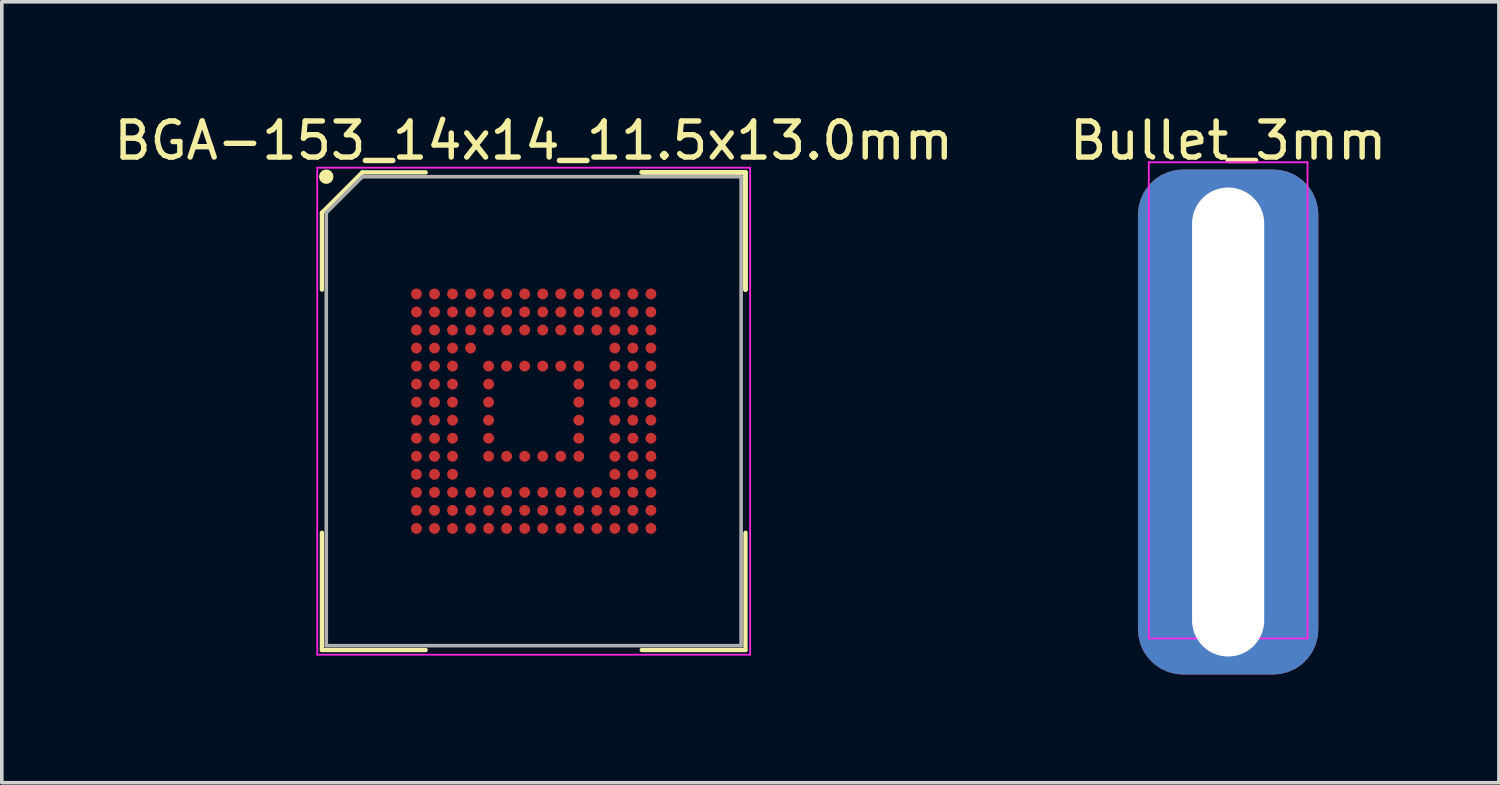
<source format=kicad_pcb>
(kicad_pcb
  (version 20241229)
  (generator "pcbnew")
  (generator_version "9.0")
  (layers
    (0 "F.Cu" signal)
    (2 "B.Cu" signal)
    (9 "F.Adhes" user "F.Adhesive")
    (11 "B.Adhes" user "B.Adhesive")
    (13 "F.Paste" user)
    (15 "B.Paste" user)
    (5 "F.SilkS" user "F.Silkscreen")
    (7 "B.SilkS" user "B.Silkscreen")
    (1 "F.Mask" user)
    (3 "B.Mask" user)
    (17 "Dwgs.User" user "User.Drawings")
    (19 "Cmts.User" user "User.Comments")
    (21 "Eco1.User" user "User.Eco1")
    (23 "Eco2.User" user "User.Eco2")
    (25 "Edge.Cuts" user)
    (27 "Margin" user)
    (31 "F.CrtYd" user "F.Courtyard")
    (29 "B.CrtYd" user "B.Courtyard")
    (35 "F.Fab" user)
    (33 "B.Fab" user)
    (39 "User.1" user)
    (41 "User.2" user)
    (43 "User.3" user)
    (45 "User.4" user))
  (footprint "BGA-153_14x14_11.5x13.0mm"
    (layer "F.Cu")
    (at 11.744 8.348)
    (property "Reference" "BGA-153_14x14_11.5x13.0mm" (at 0 -7.5 0) (layer "F.SilkS") (effects (font (size 1 1) (thickness 0.15))))
    (attr smd)
    (fp_line (start -5.87 -5.5) (end -5.87 -3.37) (stroke (width 0.12) (type solid)) (layer "F.SilkS"))
    (fp_line (start -5.87 6.62) (end -5.87 3.37) (stroke (width 0.12) (type solid)) (layer "F.SilkS"))
    (fp_line (start -4.75 -6.62) (end -5.87 -5.5) (stroke (width 0.12) (type solid)) (layer "F.SilkS"))
    (fp_line (start -2.995 -6.62) (end -4.75 -6.62) (stroke (width 0.12) (type solid)) (layer "F.SilkS"))
    (fp_line (start -2.995 6.62) (end -5.87 6.62) (stroke (width 0.12) (type solid)) (layer "F.SilkS"))
    (fp_line (start 2.995 -6.62) (end 5.87 -6.62) (stroke (width 0.12) (type solid)) (layer "F.SilkS"))
    (fp_line (start 2.995 -6.62) (end 5.87 -6.62) (stroke (width 0.12) (type solid)) (layer "F.SilkS"))
    (fp_line (start 2.995 -6.62) (end 5.87 -6.62) (stroke (width 0.12) (type solid)) (layer "F.SilkS"))
    (fp_line (start 2.995 6.62) (end 5.87 6.62) (stroke (width 0.12) (type solid)) (layer "F.SilkS"))
    (fp_line (start 5.87 -6.62) (end 5.87 -3.37) (stroke (width 0.12) (type solid)) (layer "F.SilkS"))
    (fp_line (start 5.87 -6.62) (end 5.87 -3.37) (stroke (width 0.12) (type solid)) (layer "F.SilkS"))
    (fp_line (start 5.87 -6.62) (end 5.87 -3.37) (stroke (width 0.12) (type solid)) (layer "F.SilkS"))
    (fp_line (start 5.87 6.62) (end 5.87 3.37) (stroke (width 0.12) (type solid)) (layer "F.SilkS"))
    (fp_circle (center -5.75 -6.5) (end -5.75 -6.4) (stroke (width 0.2) (type solid)) (fill no) (layer "F.SilkS"))
    (fp_line (start -6 -6.75) (end 6 -6.75) (stroke (width 0.05) (type solid)) (layer "F.CrtYd"))
    (fp_line (start -6 6.75) (end -6 -6.75) (stroke (width 0.05) (type solid)) (layer "F.CrtYd"))
    (fp_line (start 6 -6.75) (end 6 6.75) (stroke (width 0.05) (type solid)) (layer "F.CrtYd"))
    (fp_line (start 6 6.75) (end -6 6.75) (stroke (width 0.05) (type solid)) (layer "F.CrtYd"))
    (fp_line (start -5.75 -5.5) (end -5.75 6.5) (stroke (width 0.1) (type solid)) (layer "F.Fab"))
    (fp_line (start -5.75 6.5) (end 5.75 6.5) (stroke (width 0.1) (type solid)) (layer "F.Fab"))
    (fp_line (start -4.75 -6.5) (end -5.75 -5.5) (stroke (width 0.1) (type solid)) (layer "F.Fab"))
    (fp_line (start 5.75 -6.5) (end -4.75 -6.5) (stroke (width 0.1) (type solid)) (layer "F.Fab"))
    (fp_line (start 5.75 6.5) (end 5.75 -6.5) (stroke (width 0.1) (type solid)) (layer "F.Fab"))
    (pad "A1" smd circle (at -3.25 -3.25) (size 0.3 0.3) (layers "F.Cu" "F.Mask" "F.Paste"))
    (pad "A2" smd circle (at -2.75 -3.25) (size 0.3 0.3) (layers "F.Cu" "F.Mask" "F.Paste"))
    (pad "A3" smd circle (at -2.25 -3.25) (size 0.3 0.3) (layers "F.Cu" "F.Mask" "F.Paste"))
    (pad "A4" smd circle (at -1.75 -3.25) (size 0.3 0.3) (layers "F.Cu" "F.Mask" "F.Paste"))
    (pad "A5" smd circle (at -1.25 -3.25) (size 0.3 0.3) (layers "F.Cu" "F.Mask" "F.Paste"))
    (pad "A6" smd circle (at -0.75 -3.25) (size 0.3 0.3) (layers "F.Cu" "F.Mask" "F.Paste"))
    (pad "A7" smd circle (at -0.25 -3.25) (size 0.3 0.3) (layers "F.Cu" "F.Mask" "F.Paste"))
    (pad "A8" smd circle (at 0.25 -3.25) (size 0.3 0.3) (layers "F.Cu" "F.Mask" "F.Paste"))
    (pad "A9" smd circle (at 0.75 -3.25) (size 0.3 0.3) (layers "F.Cu" "F.Mask" "F.Paste"))
    (pad "A10" smd circle (at 1.25 -3.25) (size 0.3 0.3) (layers "F.Cu" "F.Mask" "F.Paste"))
    (pad "A11" smd circle (at 1.75 -3.25) (size 0.3 0.3) (layers "F.Cu" "F.Mask" "F.Paste"))
    (pad "A12" smd circle (at 2.25 -3.25) (size 0.3 0.3) (layers "F.Cu" "F.Mask" "F.Paste"))
    (pad "A13" smd circle (at 2.75 -3.25) (size 0.3 0.3) (layers "F.Cu" "F.Mask" "F.Paste"))
    (pad "A14" smd circle (at 3.25 -3.25) (size 0.3 0.3) (layers "F.Cu" "F.Mask" "F.Paste"))
    (pad "B1" smd circle (at -3.25 -2.75) (size 0.3 0.3) (layers "F.Cu" "F.Mask" "F.Paste"))
    (pad "B2" smd circle (at -2.75 -2.75) (size 0.3 0.3) (layers "F.Cu" "F.Mask" "F.Paste"))
    (pad "B3" smd circle (at -2.25 -2.75) (size 0.3 0.3) (layers "F.Cu" "F.Mask" "F.Paste"))
    (pad "B4" smd circle (at -1.75 -2.75) (size 0.3 0.3) (layers "F.Cu" "F.Mask" "F.Paste"))
    (pad "B5" smd circle (at -1.25 -2.75) (size 0.3 0.3) (layers "F.Cu" "F.Mask" "F.Paste"))
    (pad "B6" smd circle (at -0.75 -2.75) (size 0.3 0.3) (layers "F.Cu" "F.Mask" "F.Paste"))
    (pad "B7" smd circle (at -0.25 -2.75) (size 0.3 0.3) (layers "F.Cu" "F.Mask" "F.Paste"))
    (pad "B8" smd circle (at 0.25 -2.75) (size 0.3 0.3) (layers "F.Cu" "F.Mask" "F.Paste"))
    (pad "B9" smd circle (at 0.75 -2.75) (size 0.3 0.3) (layers "F.Cu" "F.Mask" "F.Paste"))
    (pad "B10" smd circle (at 1.25 -2.75) (size 0.3 0.3) (layers "F.Cu" "F.Mask" "F.Paste"))
    (pad "B11" smd circle (at 1.75 -2.75) (size 0.3 0.3) (layers "F.Cu" "F.Mask" "F.Paste"))
    (pad "B12" smd circle (at 2.25 -2.75) (size 0.3 0.3) (layers "F.Cu" "F.Mask" "F.Paste"))
    (pad "B13" smd circle (at 2.75 -2.75) (size 0.3 0.3) (layers "F.Cu" "F.Mask" "F.Paste"))
    (pad "B14" smd circle (at 3.25 -2.75) (size 0.3 0.3) (layers "F.Cu" "F.Mask" "F.Paste"))
    (pad "C1" smd circle (at -3.25 -2.25) (size 0.3 0.3) (layers "F.Cu" "F.Mask" "F.Paste"))
    (pad "C2" smd circle (at -2.75 -2.25) (size 0.3 0.3) (layers "F.Cu" "F.Mask" "F.Paste"))
    (pad "C3" smd circle (at -2.25 -2.25) (size 0.3 0.3) (layers "F.Cu" "F.Mask" "F.Paste"))
    (pad "C4" smd circle (at -1.75 -2.25) (size 0.3 0.3) (layers "F.Cu" "F.Mask" "F.Paste"))
    (pad "C5" smd circle (at -1.25 -2.25) (size 0.3 0.3) (layers "F.Cu" "F.Mask" "F.Paste"))
    (pad "C6" smd circle (at -0.75 -2.25) (size 0.3 0.3) (layers "F.Cu" "F.Mask" "F.Paste"))
    (pad "C7" smd circle (at -0.25 -2.25) (size 0.3 0.3) (layers "F.Cu" "F.Mask" "F.Paste"))
    (pad "C8" smd circle (at 0.25 -2.25) (size 0.3 0.3) (layers "F.Cu" "F.Mask" "F.Paste"))
    (pad "C9" smd circle (at 0.75 -2.25) (size 0.3 0.3) (layers "F.Cu" "F.Mask" "F.Paste"))
    (pad "C10" smd circle (at 1.25 -2.25) (size 0.3 0.3) (layers "F.Cu" "F.Mask" "F.Paste"))
    (pad "C11" smd circle (at 1.75 -2.25) (size 0.3 0.3) (layers "F.Cu" "F.Mask" "F.Paste"))
    (pad "C12" smd circle (at 2.25 -2.25) (size 0.3 0.3) (layers "F.Cu" "F.Mask" "F.Paste"))
    (pad "C13" smd circle (at 2.75 -2.25) (size 0.3 0.3) (layers "F.Cu" "F.Mask" "F.Paste"))
    (pad "C14" smd circle (at 3.25 -2.25) (size 0.3 0.3) (layers "F.Cu" "F.Mask" "F.Paste"))
    (pad "D1" smd circle (at -3.25 -1.75) (size 0.3 0.3) (layers "F.Cu" "F.Mask" "F.Paste"))
    (pad "D2" smd circle (at -2.75 -1.75) (size 0.3 0.3) (layers "F.Cu" "F.Mask" "F.Paste"))
    (pad "D3" smd circle (at -2.25 -1.75) (size 0.3 0.3) (layers "F.Cu" "F.Mask" "F.Paste"))
    (pad "D4" smd circle (at -1.75 -1.75) (size 0.3 0.3) (layers "F.Cu" "F.Mask" "F.Paste"))
    (pad "D12" smd circle (at 2.25 -1.75) (size 0.3 0.3) (layers "F.Cu" "F.Mask" "F.Paste"))
    (pad "D13" smd circle (at 2.75 -1.75) (size 0.3 0.3) (layers "F.Cu" "F.Mask" "F.Paste"))
    (pad "D14" smd circle (at 3.25 -1.75) (size 0.3 0.3) (layers "F.Cu" "F.Mask" "F.Paste"))
    (pad "E1" smd circle (at -3.25 -1.25) (size 0.3 0.3) (layers "F.Cu" "F.Mask" "F.Paste"))
    (pad "E2" smd circle (at -2.75 -1.25) (size 0.3 0.3) (layers "F.Cu" "F.Mask" "F.Paste"))
    (pad "E3" smd circle (at -2.25 -1.25) (size 0.3 0.3) (layers "F.Cu" "F.Mask" "F.Paste"))
    (pad "E5" smd circle (at -1.25 -1.25) (size 0.3 0.3) (layers "F.Cu" "F.Mask" "F.Paste"))
    (pad "E6" smd circle (at -0.75 -1.25) (size 0.3 0.3) (layers "F.Cu" "F.Mask" "F.Paste"))
    (pad "E7" smd circle (at -0.25 -1.25) (size 0.3 0.3) (layers "F.Cu" "F.Mask" "F.Paste"))
    (pad "E8" smd circle (at 0.25 -1.25) (size 0.3 0.3) (layers "F.Cu" "F.Mask" "F.Paste"))
    (pad "E9" smd circle (at 0.75 -1.25) (size 0.3 0.3) (layers "F.Cu" "F.Mask" "F.Paste"))
    (pad "E10" smd circle (at 1.25 -1.25) (size 0.3 0.3) (layers "F.Cu" "F.Mask" "F.Paste"))
    (pad "E12" smd circle (at 2.25 -1.25) (size 0.3 0.3) (layers "F.Cu" "F.Mask" "F.Paste"))
    (pad "E13" smd circle (at 2.75 -1.25) (size 0.3 0.3) (layers "F.Cu" "F.Mask" "F.Paste"))
    (pad "E14" smd circle (at 3.25 -1.25) (size 0.3 0.3) (layers "F.Cu" "F.Mask" "F.Paste"))
    (pad "F1" smd circle (at -3.25 -0.75) (size 0.3 0.3) (layers "F.Cu" "F.Mask" "F.Paste"))
    (pad "F2" smd circle (at -2.75 -0.75) (size 0.3 0.3) (layers "F.Cu" "F.Mask" "F.Paste"))
    (pad "F3" smd circle (at -2.25 -0.75) (size 0.3 0.3) (layers "F.Cu" "F.Mask" "F.Paste"))
    (pad "F5" smd circle (at -1.25 -0.75) (size 0.3 0.3) (layers "F.Cu" "F.Mask" "F.Paste"))
    (pad "F10" smd circle (at 1.25 -0.75) (size 0.3 0.3) (layers "F.Cu" "F.Mask" "F.Paste"))
    (pad "F12" smd circle (at 2.25 -0.75) (size 0.3 0.3) (layers "F.Cu" "F.Mask" "F.Paste"))
    (pad "F13" smd circle (at 2.75 -0.75) (size 0.3 0.3) (layers "F.Cu" "F.Mask" "F.Paste"))
    (pad "F14" smd circle (at 3.25 -0.75) (size 0.3 0.3) (layers "F.Cu" "F.Mask" "F.Paste"))
    (pad "G1" smd circle (at -3.25 -0.25) (size 0.3 0.3) (layers "F.Cu" "F.Mask" "F.Paste"))
    (pad "G2" smd circle (at -2.75 -0.25) (size 0.3 0.3) (layers "F.Cu" "F.Mask" "F.Paste"))
    (pad "G3" smd circle (at -2.25 -0.25) (size 0.3 0.3) (layers "F.Cu" "F.Mask" "F.Paste"))
    (pad "G5" smd circle (at -1.25 -0.25) (size 0.3 0.3) (layers "F.Cu" "F.Mask" "F.Paste"))
    (pad "G10" smd circle (at 1.25 -0.25) (size 0.3 0.3) (layers "F.Cu" "F.Mask" "F.Paste"))
    (pad "G12" smd circle (at 2.25 -0.25) (size 0.3 0.3) (layers "F.Cu" "F.Mask" "F.Paste"))
    (pad "G13" smd circle (at 2.75 -0.25) (size 0.3 0.3) (layers "F.Cu" "F.Mask" "F.Paste"))
    (pad "G14" smd circle (at 3.25 -0.25) (size 0.3 0.3) (layers "F.Cu" "F.Mask" "F.Paste"))
    (pad "H1" smd circle (at -3.25 0.25) (size 0.3 0.3) (layers "F.Cu" "F.Mask" "F.Paste"))
    (pad "H2" smd circle (at -2.75 0.25) (size 0.3 0.3) (layers "F.Cu" "F.Mask" "F.Paste"))
    (pad "H3" smd circle (at -2.25 0.25) (size 0.3 0.3) (layers "F.Cu" "F.Mask" "F.Paste"))
    (pad "H5" smd circle (at -1.25 0.25) (size 0.3 0.3) (layers "F.Cu" "F.Mask" "F.Paste"))
    (pad "H10" smd circle (at 1.25 0.25) (size 0.3 0.3) (layers "F.Cu" "F.Mask" "F.Paste"))
    (pad "H12" smd circle (at 2.25 0.25) (size 0.3 0.3) (layers "F.Cu" "F.Mask" "F.Paste"))
    (pad "H13" smd circle (at 2.75 0.25) (size 0.3 0.3) (layers "F.Cu" "F.Mask" "F.Paste"))
    (pad "H14" smd circle (at 3.25 0.25) (size 0.3 0.3) (layers "F.Cu" "F.Mask" "F.Paste"))
    (pad "J1" smd circle (at -3.25 0.75) (size 0.3 0.3) (layers "F.Cu" "F.Mask" "F.Paste"))
    (pad "J2" smd circle (at -2.75 0.75) (size 0.3 0.3) (layers "F.Cu" "F.Mask" "F.Paste"))
    (pad "J3" smd circle (at -2.25 0.75) (size 0.3 0.3) (layers "F.Cu" "F.Mask" "F.Paste"))
    (pad "J5" smd circle (at -1.25 0.75) (size 0.3 0.3) (layers "F.Cu" "F.Mask" "F.Paste"))
    (pad "J10" smd circle (at 1.25 0.75) (size 0.3 0.3) (layers "F.Cu" "F.Mask" "F.Paste"))
    (pad "J12" smd circle (at 2.25 0.75) (size 0.3 0.3) (layers "F.Cu" "F.Mask" "F.Paste"))
    (pad "J13" smd circle (at 2.75 0.75) (size 0.3 0.3) (layers "F.Cu" "F.Mask" "F.Paste"))
    (pad "J14" smd circle (at 3.25 0.75) (size 0.3 0.3) (layers "F.Cu" "F.Mask" "F.Paste"))
    (pad "K1" smd circle (at -3.25 1.25) (size 0.3 0.3) (layers "F.Cu" "F.Mask" "F.Paste"))
    (pad "K2" smd circle (at -2.75 1.25) (size 0.3 0.3) (layers "F.Cu" "F.Mask" "F.Paste"))
    (pad "K3" smd circle (at -2.25 1.25) (size 0.3 0.3) (layers "F.Cu" "F.Mask" "F.Paste"))
    (pad "K5" smd circle (at -1.25 1.25) (size 0.3 0.3) (layers "F.Cu" "F.Mask" "F.Paste"))
    (pad "K6" smd circle (at -0.75 1.25) (size 0.3 0.3) (layers "F.Cu" "F.Mask" "F.Paste"))
    (pad "K7" smd circle (at -0.25 1.25) (size 0.3 0.3) (layers "F.Cu" "F.Mask" "F.Paste"))
    (pad "K8" smd circle (at 0.25 1.25) (size 0.3 0.3) (layers "F.Cu" "F.Mask" "F.Paste"))
    (pad "K9" smd circle (at 0.75 1.25) (size 0.3 0.3) (layers "F.Cu" "F.Mask" "F.Paste"))
    (pad "K10" smd circle (at 1.25 1.25) (size 0.3 0.3) (layers "F.Cu" "F.Mask" "F.Paste"))
    (pad "K12" smd circle (at 2.25 1.25) (size 0.3 0.3) (layers "F.Cu" "F.Mask" "F.Paste"))
    (pad "K13" smd circle (at 2.75 1.25) (size 0.3 0.3) (layers "F.Cu" "F.Mask" "F.Paste"))
    (pad "K14" smd circle (at 3.25 1.25) (size 0.3 0.3) (layers "F.Cu" "F.Mask" "F.Paste"))
    (pad "L1" smd circle (at -3.25 1.75) (size 0.3 0.3) (layers "F.Cu" "F.Mask" "F.Paste"))
    (pad "L2" smd circle (at -2.75 1.75) (size 0.3 0.3) (layers "F.Cu" "F.Mask" "F.Paste"))
    (pad "L3" smd circle (at -2.25 1.75) (size 0.3 0.3) (layers "F.Cu" "F.Mask" "F.Paste"))
    (pad "L12" smd circle (at 2.25 1.75) (size 0.3 0.3) (layers "F.Cu" "F.Mask" "F.Paste"))
    (pad "L13" smd circle (at 2.75 1.75) (size 0.3 0.3) (layers "F.Cu" "F.Mask" "F.Paste"))
    (pad "L14" smd circle (at 3.25 1.75) (size 0.3 0.3) (layers "F.Cu" "F.Mask" "F.Paste"))
    (pad "M1" smd circle (at -3.25 2.25) (size 0.3 0.3) (layers "F.Cu" "F.Mask" "F.Paste"))
    (pad "M2" smd circle (at -2.75 2.25) (size 0.3 0.3) (layers "F.Cu" "F.Mask" "F.Paste"))
    (pad "M3" smd circle (at -2.25 2.25) (size 0.3 0.3) (layers "F.Cu" "F.Mask" "F.Paste"))
    (pad "M4" smd circle (at -1.75 2.25) (size 0.3 0.3) (layers "F.Cu" "F.Mask" "F.Paste"))
    (pad "M5" smd circle (at -1.25 2.25) (size 0.3 0.3) (layers "F.Cu" "F.Mask" "F.Paste"))
    (pad "M6" smd circle (at -0.75 2.25) (size 0.3 0.3) (layers "F.Cu" "F.Mask" "F.Paste"))
    (pad "M7" smd circle (at -0.25 2.25) (size 0.3 0.3) (layers "F.Cu" "F.Mask" "F.Paste"))
    (pad "M8" smd circle (at 0.25 2.25) (size 0.3 0.3) (layers "F.Cu" "F.Mask" "F.Paste"))
    (pad "M9" smd circle (at 0.75 2.25) (size 0.3 0.3) (layers "F.Cu" "F.Mask" "F.Paste"))
    (pad "M10" smd circle (at 1.25 2.25) (size 0.3 0.3) (layers "F.Cu" "F.Mask" "F.Paste"))
    (pad "M11" smd circle (at 1.75 2.25) (size 0.3 0.3) (layers "F.Cu" "F.Mask" "F.Paste"))
    (pad "M12" smd circle (at 2.25 2.25) (size 0.3 0.3) (layers "F.Cu" "F.Mask" "F.Paste"))
    (pad "M13" smd circle (at 2.75 2.25) (size 0.3 0.3) (layers "F.Cu" "F.Mask" "F.Paste"))
    (pad "M14" smd circle (at 3.25 2.25) (size 0.3 0.3) (layers "F.Cu" "F.Mask" "F.Paste"))
    (pad "N1" smd circle (at -3.25 2.75) (size 0.3 0.3) (layers "F.Cu" "F.Mask" "F.Paste"))
    (pad "N2" smd circle (at -2.75 2.75) (size 0.3 0.3) (layers "F.Cu" "F.Mask" "F.Paste"))
    (pad "N3" smd circle (at -2.25 2.75) (size 0.3 0.3) (layers "F.Cu" "F.Mask" "F.Paste"))
    (pad "N4" smd circle (at -1.75 2.75) (size 0.3 0.3) (layers "F.Cu" "F.Mask" "F.Paste"))
    (pad "N5" smd circle (at -1.25 2.75) (size 0.3 0.3) (layers "F.Cu" "F.Mask" "F.Paste"))
    (pad "N6" smd circle (at -0.75 2.75) (size 0.3 0.3) (layers "F.Cu" "F.Mask" "F.Paste"))
    (pad "N7" smd circle (at -0.25 2.75) (size 0.3 0.3) (layers "F.Cu" "F.Mask" "F.Paste"))
    (pad "N8" smd circle (at 0.25 2.75) (size 0.3 0.3) (layers "F.Cu" "F.Mask" "F.Paste"))
    (pad "N9" smd circle (at 0.75 2.75) (size 0.3 0.3) (layers "F.Cu" "F.Mask" "F.Paste"))
    (pad "N10" smd circle (at 1.25 2.75) (size 0.3 0.3) (layers "F.Cu" "F.Mask" "F.Paste"))
    (pad "N11" smd circle (at 1.75 2.75) (size 0.3 0.3) (layers "F.Cu" "F.Mask" "F.Paste"))
    (pad "N12" smd circle (at 2.25 2.75) (size 0.3 0.3) (layers "F.Cu" "F.Mask" "F.Paste"))
    (pad "N13" smd circle (at 2.75 2.75) (size 0.3 0.3) (layers "F.Cu" "F.Mask" "F.Paste"))
    (pad "N14" smd circle (at 3.25 2.75) (size 0.3 0.3) (layers "F.Cu" "F.Mask" "F.Paste"))
    (pad "P1" smd circle (at -3.25 3.25) (size 0.3 0.3) (layers "F.Cu" "F.Mask" "F.Paste"))
    (pad "P2" smd circle (at -2.75 3.25) (size 0.3 0.3) (layers "F.Cu" "F.Mask" "F.Paste"))
    (pad "P3" smd circle (at -2.25 3.25) (size 0.3 0.3) (layers "F.Cu" "F.Mask" "F.Paste"))
    (pad "P4" smd circle (at -1.75 3.25) (size 0.3 0.3) (layers "F.Cu" "F.Mask" "F.Paste"))
    (pad "P5" smd circle (at -1.25 3.25) (size 0.3 0.3) (layers "F.Cu" "F.Mask" "F.Paste"))
    (pad "P6" smd circle (at -0.75 3.25) (size 0.3 0.3) (layers "F.Cu" "F.Mask" "F.Paste"))
    (pad "P7" smd circle (at -0.25 3.25) (size 0.3 0.3) (layers "F.Cu" "F.Mask" "F.Paste"))
    (pad "P8" smd circle (at 0.25 3.25) (size 0.3 0.3) (layers "F.Cu" "F.Mask" "F.Paste"))
    (pad "P9" smd circle (at 0.75 3.25) (size 0.3 0.3) (layers "F.Cu" "F.Mask" "F.Paste"))
    (pad "P10" smd circle (at 1.25 3.25) (size 0.3 0.3) (layers "F.Cu" "F.Mask" "F.Paste"))
    (pad "P11" smd circle (at 1.75 3.25) (size 0.3 0.3) (layers "F.Cu" "F.Mask" "F.Paste"))
    (pad "P12" smd circle (at 2.25 3.25) (size 0.3 0.3) (layers "F.Cu" "F.Mask" "F.Paste"))
    (pad "P13" smd circle (at 2.75 3.25) (size 0.3 0.3) (layers "F.Cu" "F.Mask" "F.Paste"))
    (pad "P14" smd circle (at 3.25 3.25) (size 0.3 0.3) (layers "F.Cu" "F.Mask" "F.Paste")))
  (footprint "Bullet_3mm"
    (layer "F.Cu")
    (at 30.994 14.648)
    (property "Reference" "Bullet_3mm" (at 0 -13.8 0) (layer "F.SilkS") (effects (font (size 1 1) (thickness 0.15))))
    (attr through_hole)
    (fp_line (start -2.2 -13.2) (end -2.2 0) (stroke (width 0.05) (type solid)) (layer "F.CrtYd"))
    (fp_line (start -2.2 0) (end 2.2 0) (stroke (width 0.05) (type solid)) (layer "F.CrtYd"))
    (fp_line (start 2.2 -13.2) (end -2.2 -13.2) (stroke (width 0.05) (type solid)) (layer "F.CrtYd"))
    (fp_line (start 2.2 0) (end 2.2 -13.2) (stroke (width 0.05) (type solid)) (layer "F.CrtYd"))
    (pad "1" thru_hole roundrect (at 0 -6) (size 5 14) (drill oval 2 13) (layers "*.Cu" "*.Mask") (roundrect_rratio 0.25)))
  (gr_rect
    (start -3 -3)
    (end 38.5 18.648)
    (stroke (width 0.1) (type default))
    (fill no)
    (layer "Edge.Cuts")))
</source>
